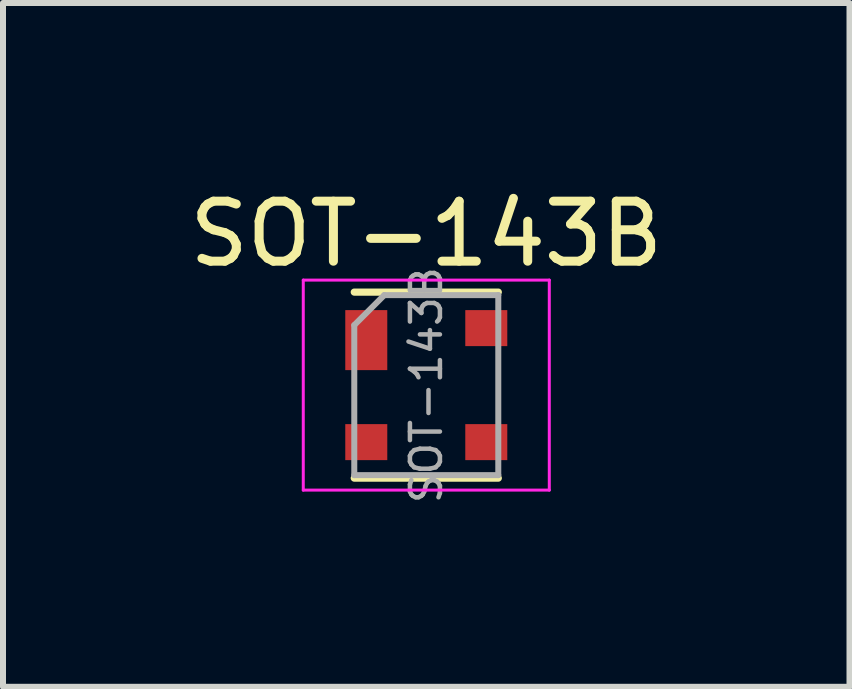
<source format=kicad_pcb>
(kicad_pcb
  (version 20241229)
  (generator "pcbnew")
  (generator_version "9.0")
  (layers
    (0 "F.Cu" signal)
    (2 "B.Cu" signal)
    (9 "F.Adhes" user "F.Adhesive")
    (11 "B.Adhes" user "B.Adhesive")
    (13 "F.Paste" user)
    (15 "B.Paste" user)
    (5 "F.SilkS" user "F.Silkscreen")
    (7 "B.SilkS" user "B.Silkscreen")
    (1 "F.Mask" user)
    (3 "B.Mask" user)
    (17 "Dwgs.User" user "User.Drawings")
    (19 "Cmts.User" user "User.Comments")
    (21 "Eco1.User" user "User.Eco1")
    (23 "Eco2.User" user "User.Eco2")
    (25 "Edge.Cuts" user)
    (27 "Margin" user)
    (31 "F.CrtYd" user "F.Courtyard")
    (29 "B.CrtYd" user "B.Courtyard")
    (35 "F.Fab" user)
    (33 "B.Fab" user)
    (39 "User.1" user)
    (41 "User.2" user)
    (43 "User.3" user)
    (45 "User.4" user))
  (footprint "SOT-143B"
    (layer "F.Cu")
    (at 4.054 3.368)
    (property "Reference" "SOT-143B" (at 0 -2.52 0) (layer "F.SilkS") (effects (font (size 1 1) (thickness 0.15))))
    (attr smd)
    (fp_line (start -1.2 1.55) (end 1.2 1.55) (stroke (width 0.12) (type solid)) (layer "F.SilkS"))
    (fp_line (start 1.2 -1.55) (end -1.2 -1.55) (stroke (width 0.12) (type solid)) (layer "F.SilkS"))
    (fp_line (start -2.05 1.75) (end -2.05 -1.75) (stroke (width 0.05) (type solid)) (layer "F.CrtYd"))
    (fp_line (start -2.05 1.75) (end 2.05 1.75) (stroke (width 0.05) (type solid)) (layer "F.CrtYd"))
    (fp_line (start 2.05 -1.75) (end -2.05 -1.75) (stroke (width 0.05) (type solid)) (layer "F.CrtYd"))
    (fp_line (start 2.05 -1.75) (end 2.05 1.75) (stroke (width 0.05) (type solid)) (layer "F.CrtYd"))
    (fp_line (start -1.2 -1) (end -0.7 -1.5) (stroke (width 0.1) (type solid)) (layer "F.Fab"))
    (fp_line (start -1.2 1.5) (end -1.2 -1) (stroke (width 0.1) (type solid)) (layer "F.Fab"))
    (fp_line (start -0.7 -1.5) (end 1.2 -1.5) (stroke (width 0.1) (type solid)) (layer "F.Fab"))
    (fp_line (start 1.2 -1.5) (end 1.2 1.5) (stroke (width 0.1) (type solid)) (layer "F.Fab"))
    (fp_line (start 1.2 1.5) (end -1.2 1.5) (stroke (width 0.1) (type solid)) (layer "F.Fab"))
    (fp_text user "${REFERENCE}" (at 0 0 90) (layer "F.Fab") (effects (font (size 0.5 0.5) (thickness 0.075))))
    (pad "1" smd rect (at -1 -0.75 270) (size 1 0.7) (layers "F.Cu" "F.Mask" "F.Paste"))
    (pad "2" smd rect (at -1 0.95 270) (size 0.6 0.7) (layers "F.Cu" "F.Mask" "F.Paste"))
    (pad "3" smd rect (at 1 0.95 270) (size 0.6 0.7) (layers "F.Cu" "F.Mask" "F.Paste"))
    (pad "4" smd rect (at 1 -0.95 270) (size 0.6 0.7) (layers "F.Cu" "F.Mask" "F.Paste")))
  (gr_rect
    (start -3 -3)
    (end 11.107 8.395)
    (stroke (width 0.1) (type default))
    (fill no)
    (layer "Edge.Cuts")))
</source>
